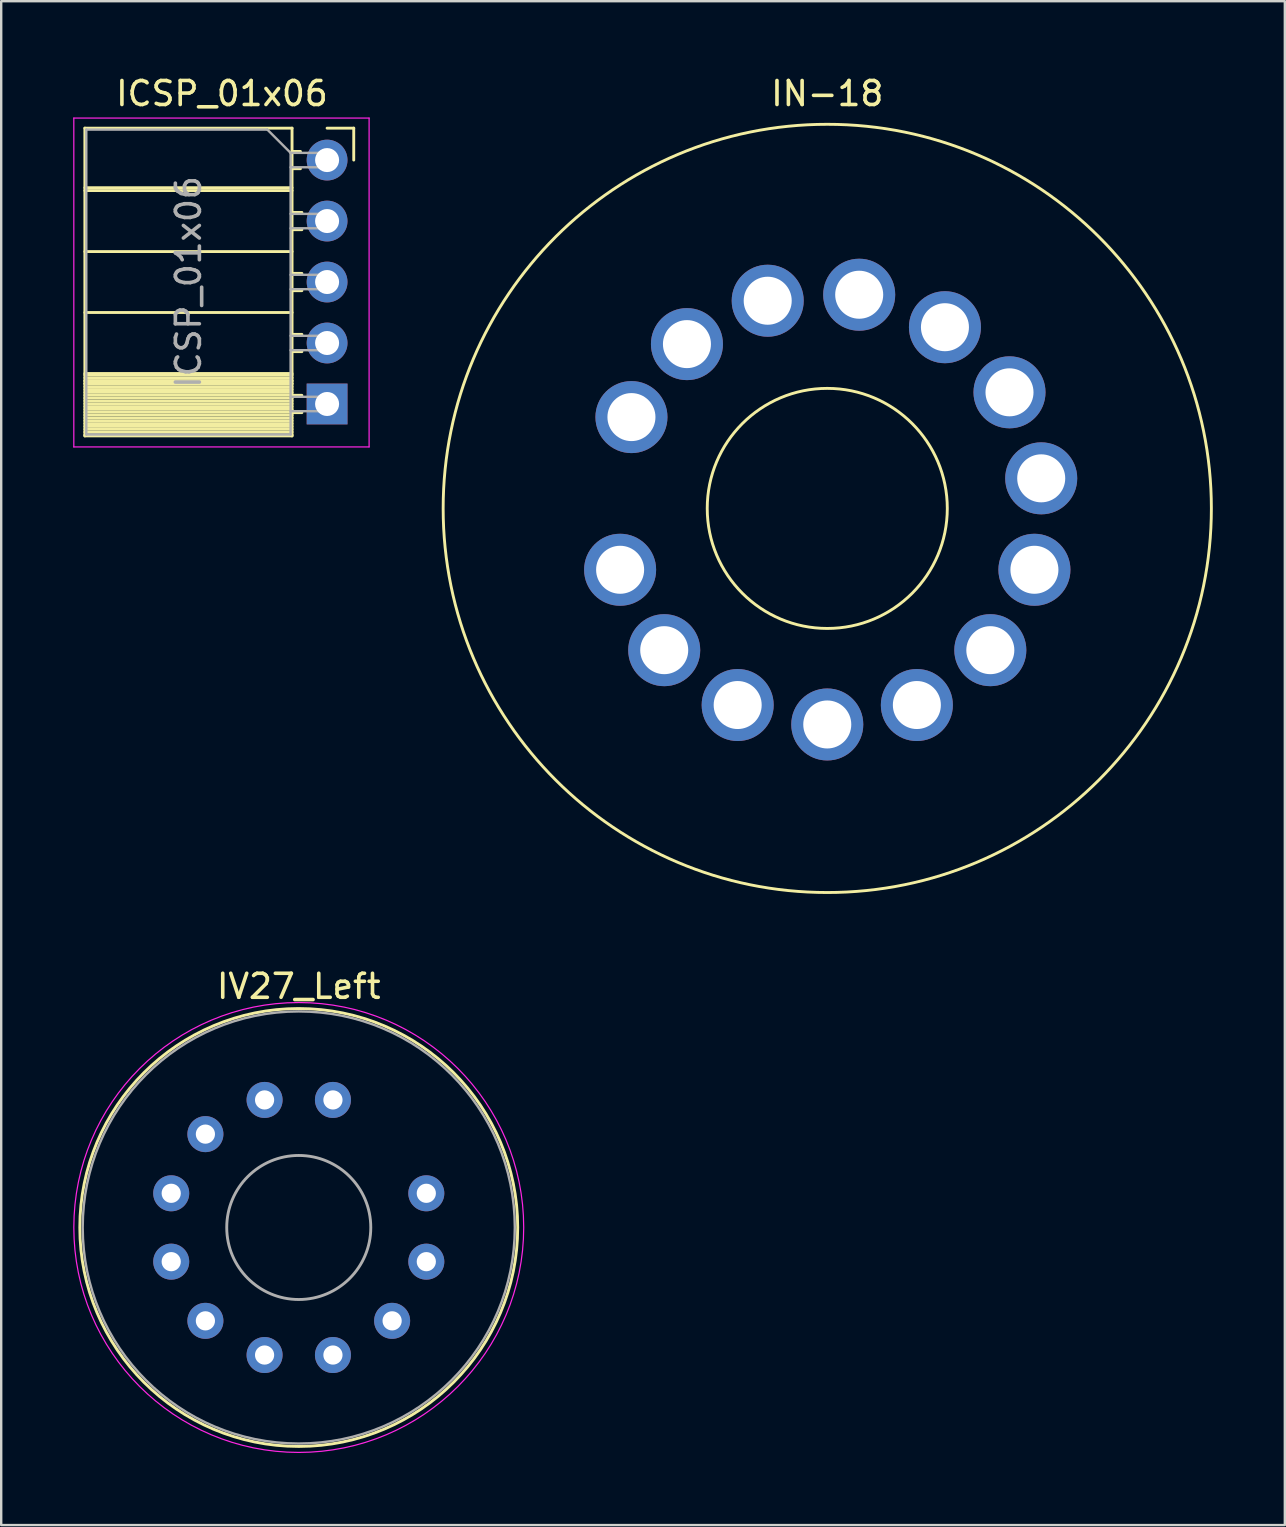
<source format=kicad_pcb>
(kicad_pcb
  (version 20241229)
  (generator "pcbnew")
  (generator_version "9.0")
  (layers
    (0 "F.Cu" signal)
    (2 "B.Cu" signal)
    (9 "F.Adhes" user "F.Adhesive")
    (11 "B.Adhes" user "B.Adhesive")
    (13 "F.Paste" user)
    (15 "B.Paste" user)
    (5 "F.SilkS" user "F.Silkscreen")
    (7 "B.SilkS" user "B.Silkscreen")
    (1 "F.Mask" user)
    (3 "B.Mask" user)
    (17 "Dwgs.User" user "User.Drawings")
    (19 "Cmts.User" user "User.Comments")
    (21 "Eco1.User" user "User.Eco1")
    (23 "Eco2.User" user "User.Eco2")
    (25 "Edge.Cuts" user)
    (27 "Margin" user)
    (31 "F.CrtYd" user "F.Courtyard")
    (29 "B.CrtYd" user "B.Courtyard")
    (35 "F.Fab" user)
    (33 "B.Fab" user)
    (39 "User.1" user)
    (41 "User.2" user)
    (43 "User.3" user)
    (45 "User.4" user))
  (footprint "IN-18"
    (layer "F.Cu")
    (at 31.41 18.128)
    (property "Reference" "IN-18" (at 0 -17.28 0) (layer "F.SilkS") (effects (font (size 1 1) (thickness 0.15))))
    (attr through_hole)
    (fp_circle (center 0 0) (end 5 0) (stroke (width 0.12) (type solid)) (fill no) (layer "F.SilkS"))
    (fp_circle (center 0 0) (end 16 0) (stroke (width 0.12) (type solid)) (fill no) (layer "F.SilkS"))
    (pad "1" thru_hole circle (at -8.629 2.556) (size 3 3) (drill 2) (layers "*.Cu" "*.Mask"))
    (pad "2" thru_hole circle (at -6.792 5.905) (size 3 3) (drill 2) (layers "*.Cu" "*.Mask"))
    (pad "3" thru_hole circle (at -3.732 8.19) (size 3 3) (drill 2) (layers "*.Cu" "*.Mask"))
    (pad "4" thru_hole circle (at 0 9) (size 3 3) (drill 2) (layers "*.Cu" "*.Mask"))
    (pad "5" thru_hole circle (at 3.732 8.19) (size 3 3) (drill 2) (layers "*.Cu" "*.Mask"))
    (pad "6" thru_hole circle (at 6.792 5.905) (size 3 3) (drill 2) (layers "*.Cu" "*.Mask"))
    (pad "7" thru_hole circle (at 8.629 2.556) (size 3 3) (drill 2) (layers "*.Cu" "*.Mask"))
    (pad "8" thru_hole circle (at 8.912 -1.253) (size 3 3) (drill 2) (layers "*.Cu" "*.Mask"))
    (pad "9" thru_hole circle (at 7.591 -4.836) (size 3 3) (drill 2) (layers "*.Cu" "*.Mask"))
    (pad "10" thru_hole circle (at 4.902 -7.548) (size 3 3) (drill 2) (layers "*.Cu" "*.Mask"))
    (pad "11" thru_hole circle (at 1.33 -8.901) (size 3 3) (drill 2) (layers "*.Cu" "*.Mask"))
    (pad "12" thru_hole circle (at -2.481 -8.651) (size 3 3) (drill 2) (layers "*.Cu" "*.Mask"))
    (pad "13" thru_hole circle (at -5.845 -6.844) (size 3 3) (drill 2) (layers "*.Cu" "*.Mask"))
    (pad "14" thru_hole circle (at -8.157 -3.804) (size 3 3) (drill 2) (layers "*.Cu" "*.Mask")))
  (footprint "IV27_Left"
    (layer "F.Cu")
    (at 9.395 48.081)
    (property "Reference" "IV27_Left" (at 0 -10.045 0) (layer "F.SilkS") (effects (font (size 1 1) (thickness 0.15))))
    (attr through_hole)
    (fp_circle (center 0 0) (end 0 9.12) (stroke (width 0.12) (type solid)) (fill no) (layer "F.SilkS"))
    (fp_circle (center 0 0) (end 0 9.37) (stroke (width 0.05) (type solid)) (fill no) (layer "F.CrtYd"))
    (fp_circle (center 0 0) (end 0 9) (stroke (width 0.1) (type solid)) (fill no) (layer "F.Fab"))
    (fp_circle (center 0 0) (end 3 0) (stroke (width 0.12) (type solid)) (fill no) (layer "F.Fab"))
    (pad "1" thru_hole oval (at 1.424 -5.313) (size 1.5 1.5) (drill 0.8) (layers "*.Cu" "*.Mask"))
    (pad "2" thru_hole oval (at -1.424 -5.313) (size 1.5 1.5) (drill 0.8) (layers "*.Cu" "*.Mask"))
    (pad "3" thru_hole oval (at -3.889 -3.889) (size 1.5 1.5) (drill 0.8) (layers "*.Cu" "*.Mask"))
    (pad "4" thru_hole oval (at -5.313 -1.424) (size 1.5 1.5) (drill 0.8) (layers "*.Cu" "*.Mask"))
    (pad "5" thru_hole oval (at -5.313 1.424) (size 1.5 1.5) (drill 0.8) (layers "*.Cu" "*.Mask"))
    (pad "6" thru_hole oval (at -3.889 3.889) (size 1.5 1.5) (drill 0.8) (layers "*.Cu" "*.Mask"))
    (pad "7" thru_hole oval (at -1.424 5.313) (size 1.5 1.5) (drill 0.8) (layers "*.Cu" "*.Mask"))
    (pad "8" thru_hole oval (at 1.424 5.313) (size 1.5 1.5) (drill 0.8) (layers "*.Cu" "*.Mask"))
    (pad "9" thru_hole oval (at 3.889 3.889) (size 1.5 1.5) (drill 0.8) (layers "*.Cu" "*.Mask"))
    (pad "10" thru_hole oval (at 5.313 1.424) (size 1.5 1.5) (drill 0.8) (layers "*.Cu" "*.Mask"))
    (pad "11" thru_hole oval (at 5.313 -1.424) (size 1.5 1.5) (drill 0.8) (layers "*.Cu" "*.Mask")))
  (footprint "ICSP_01x06"
    (layer "F.Cu")
    (at 10.575 3.618)
    (property "Reference" "ICSP_01x06" (at -4.38 -2.77 0) (layer "F.SilkS") (effects (font (size 1 1) (thickness 0.15))))
    (attr through_hole)
    (fp_line (start -10.09 -1.33) (end -10.09 11.49) (stroke (width 0.12) (type solid)) (layer "F.SilkS"))
    (fp_line (start -10.09 -1.33) (end -1.46 -1.33) (stroke (width 0.12) (type solid)) (layer "F.SilkS"))
    (fp_line (start -10.09 1.152) (end -1.46 1.152) (stroke (width 0.12) (type solid)) (layer "F.SilkS"))
    (fp_line (start -10.09 1.27) (end -1.46 1.27) (stroke (width 0.12) (type solid)) (layer "F.SilkS"))
    (fp_line (start -10.09 3.81) (end -1.46 3.81) (stroke (width 0.12) (type solid)) (layer "F.SilkS"))
    (fp_line (start -10.09 6.35) (end -1.46 6.35) (stroke (width 0.12) (type solid)) (layer "F.SilkS"))
    (fp_line (start -10.09 8.89) (end -1.46 8.89) (stroke (width 0.12) (type solid)) (layer "F.SilkS"))
    (fp_line (start -10.09 8.95) (end -1.46 8.95) (stroke (width 0.12) (type solid)) (layer "F.SilkS"))
    (fp_line (start -10.09 9.068) (end -1.46 9.068) (stroke (width 0.12) (type solid)) (layer "F.SilkS"))
    (fp_line (start -10.09 9.186) (end -1.46 9.186) (stroke (width 0.12) (type solid)) (layer "F.SilkS"))
    (fp_line (start -10.09 9.204) (end -1.46 9.204) (stroke (width 0.12) (type solid)) (layer "F.SilkS"))
    (fp_line (start -10.09 9.304) (end -1.46 9.304) (stroke (width 0.12) (type solid)) (layer "F.SilkS"))
    (fp_line (start -10.09 9.322) (end -1.46 9.322) (stroke (width 0.12) (type solid)) (layer "F.SilkS"))
    (fp_line (start -10.09 9.44) (end -1.46 9.44) (stroke (width 0.12) (type solid)) (layer "F.SilkS"))
    (fp_line (start -10.09 9.558) (end -1.46 9.558) (stroke (width 0.12) (type solid)) (layer "F.SilkS"))
    (fp_line (start -10.09 9.676) (end -1.46 9.676) (stroke (width 0.12) (type solid)) (layer "F.SilkS"))
    (fp_line (start -10.09 9.794) (end -1.46 9.794) (stroke (width 0.12) (type solid)) (layer "F.SilkS"))
    (fp_line (start -10.09 9.913) (end -1.46 9.913) (stroke (width 0.12) (type solid)) (layer "F.SilkS"))
    (fp_line (start -10.09 10.031) (end -1.46 10.031) (stroke (width 0.12) (type solid)) (layer "F.SilkS"))
    (fp_line (start -10.09 10.149) (end -1.46 10.149) (stroke (width 0.12) (type solid)) (layer "F.SilkS"))
    (fp_line (start -10.09 10.267) (end -1.46 10.267) (stroke (width 0.12) (type solid)) (layer "F.SilkS"))
    (fp_line (start -10.09 10.385) (end -1.46 10.385) (stroke (width 0.12) (type solid)) (layer "F.SilkS"))
    (fp_line (start -10.09 10.503) (end -1.46 10.503) (stroke (width 0.12) (type solid)) (layer "F.SilkS"))
    (fp_line (start -10.09 10.621) (end -1.46 10.621) (stroke (width 0.12) (type solid)) (layer "F.SilkS"))
    (fp_line (start -10.09 10.739) (end -1.46 10.739) (stroke (width 0.12) (type solid)) (layer "F.SilkS"))
    (fp_line (start -10.09 10.857) (end -1.46 10.857) (stroke (width 0.12) (type solid)) (layer "F.SilkS"))
    (fp_line (start -10.09 10.975) (end -1.46 10.975) (stroke (width 0.12) (type solid)) (layer "F.SilkS"))
    (fp_line (start -10.09 11.094) (end -1.46 11.094) (stroke (width 0.12) (type solid)) (layer "F.SilkS"))
    (fp_line (start -10.09 11.212) (end -1.46 11.212) (stroke (width 0.12) (type solid)) (layer "F.SilkS"))
    (fp_line (start -10.09 11.33) (end -1.46 11.33) (stroke (width 0.12) (type solid)) (layer "F.SilkS"))
    (fp_line (start -10.09 11.448) (end -1.46 11.448) (stroke (width 0.12) (type solid)) (layer "F.SilkS"))
    (fp_line (start -10.09 11.49) (end -1.46 11.49) (stroke (width 0.12) (type solid)) (layer "F.SilkS"))
    (fp_line (start -1.46 -1.33) (end -1.46 11.49) (stroke (width 0.12) (type solid)) (layer "F.SilkS"))
    (fp_line (start -1.46 -0.36) (end -1.11 -0.36) (stroke (width 0.12) (type solid)) (layer "F.SilkS"))
    (fp_line (start -1.46 0.36) (end -1.11 0.36) (stroke (width 0.12) (type solid)) (layer "F.SilkS"))
    (fp_line (start -1.46 2.18) (end -1.05 2.18) (stroke (width 0.12) (type solid)) (layer "F.SilkS"))
    (fp_line (start -1.46 2.9) (end -1.05 2.9) (stroke (width 0.12) (type solid)) (layer "F.SilkS"))
    (fp_line (start -1.46 4.72) (end -1.05 4.72) (stroke (width 0.12) (type solid)) (layer "F.SilkS"))
    (fp_line (start -1.46 5.44) (end -1.05 5.44) (stroke (width 0.12) (type solid)) (layer "F.SilkS"))
    (fp_line (start -1.46 7.26) (end -1.05 7.26) (stroke (width 0.12) (type solid)) (layer "F.SilkS"))
    (fp_line (start -1.46 7.98) (end -1.05 7.98) (stroke (width 0.12) (type solid)) (layer "F.SilkS"))
    (fp_line (start -1.46 9.8) (end -1.05 9.8) (stroke (width 0.12) (type solid)) (layer "F.SilkS"))
    (fp_line (start -1.46 10.52) (end -1.05 10.52) (stroke (width 0.12) (type solid)) (layer "F.SilkS"))
    (fp_line (start 0 -1.33) (end 1.11 -1.33) (stroke (width 0.12) (type solid)) (layer "F.SilkS"))
    (fp_line (start 1.11 -1.33) (end 1.11 0) (stroke (width 0.12) (type solid)) (layer "F.SilkS"))
    (fp_line (start -10.55 -1.75) (end -10.55 11.95) (stroke (width 0.05) (type solid)) (layer "F.CrtYd"))
    (fp_line (start -10.55 11.95) (end 1.75 11.95) (stroke (width 0.05) (type solid)) (layer "F.CrtYd"))
    (fp_line (start 1.75 -1.75) (end -10.55 -1.75) (stroke (width 0.05) (type solid)) (layer "F.CrtYd"))
    (fp_line (start 1.75 11.95) (end 1.75 -1.75) (stroke (width 0.05) (type solid)) (layer "F.CrtYd"))
    (fp_line (start -10.03 -1.27) (end -2.49 -1.27) (stroke (width 0.1) (type solid)) (layer "F.Fab"))
    (fp_line (start -10.03 11.43) (end -10.03 -1.27) (stroke (width 0.1) (type solid)) (layer "F.Fab"))
    (fp_line (start -2.49 -1.27) (end -1.52 -0.3) (stroke (width 0.1) (type solid)) (layer "F.Fab"))
    (fp_line (start -1.52 -0.3) (end -1.52 11.43) (stroke (width 0.1) (type solid)) (layer "F.Fab"))
    (fp_line (start -1.52 0.3) (end 0 0.3) (stroke (width 0.1) (type solid)) (layer "F.Fab"))
    (fp_line (start -1.52 2.84) (end 0 2.84) (stroke (width 0.1) (type solid)) (layer "F.Fab"))
    (fp_line (start -1.52 5.38) (end 0 5.38) (stroke (width 0.1) (type solid)) (layer "F.Fab"))
    (fp_line (start -1.52 7.92) (end 0 7.92) (stroke (width 0.1) (type solid)) (layer "F.Fab"))
    (fp_line (start -1.52 10.46) (end 0 10.46) (stroke (width 0.1) (type solid)) (layer "F.Fab"))
    (fp_line (start -1.52 11.43) (end -10.03 11.43) (stroke (width 0.1) (type solid)) (layer "F.Fab"))
    (fp_line (start 0 -0.3) (end -1.52 -0.3) (stroke (width 0.1) (type solid)) (layer "F.Fab"))
    (fp_line (start 0 0.3) (end 0 -0.3) (stroke (width 0.1) (type solid)) (layer "F.Fab"))
    (fp_line (start 0 2.24) (end -1.52 2.24) (stroke (width 0.1) (type solid)) (layer "F.Fab"))
    (fp_line (start 0 2.84) (end 0 2.24) (stroke (width 0.1) (type solid)) (layer "F.Fab"))
    (fp_line (start 0 4.78) (end -1.52 4.78) (stroke (width 0.1) (type solid)) (layer "F.Fab"))
    (fp_line (start 0 5.38) (end 0 4.78) (stroke (width 0.1) (type solid)) (layer "F.Fab"))
    (fp_line (start 0 7.32) (end -1.52 7.32) (stroke (width 0.1) (type solid)) (layer "F.Fab"))
    (fp_line (start 0 7.92) (end 0 7.32) (stroke (width 0.1) (type solid)) (layer "F.Fab"))
    (fp_line (start 0 9.86) (end -1.52 9.86) (stroke (width 0.1) (type solid)) (layer "F.Fab"))
    (fp_line (start 0 10.46) (end 0 9.86) (stroke (width 0.1) (type solid)) (layer "F.Fab"))
    (fp_text user "${REFERENCE}" (at -5.775 5.08 90) (layer "F.Fab") (effects (font (size 1 1) (thickness 0.15))))
    (pad "1" thru_hole rect (at 0 10.16) (size 1.7 1.7) (drill 1) (layers "*.Cu" "*.Mask"))
    (pad "2" thru_hole oval (at 0 7.62) (size 1.7 1.7) (drill 1) (layers "*.Cu" "*.Mask"))
    (pad "3" thru_hole oval (at 0 5.08) (size 1.7 1.7) (drill 1) (layers "*.Cu" "*.Mask"))
    (pad "4" thru_hole oval (at 0 2.54) (size 1.7 1.7) (drill 1) (layers "*.Cu" "*.Mask"))
    (pad "5" thru_hole circle (at 0 0) (size 1.7 1.7) (drill 1) (layers "*.Cu" "*.Mask")))
  (gr_rect
    (start -3 -3)
    (end 50.47 60.477)
    (stroke (width 0.1) (type default))
    (fill no)
    (layer "Edge.Cuts")))
</source>
